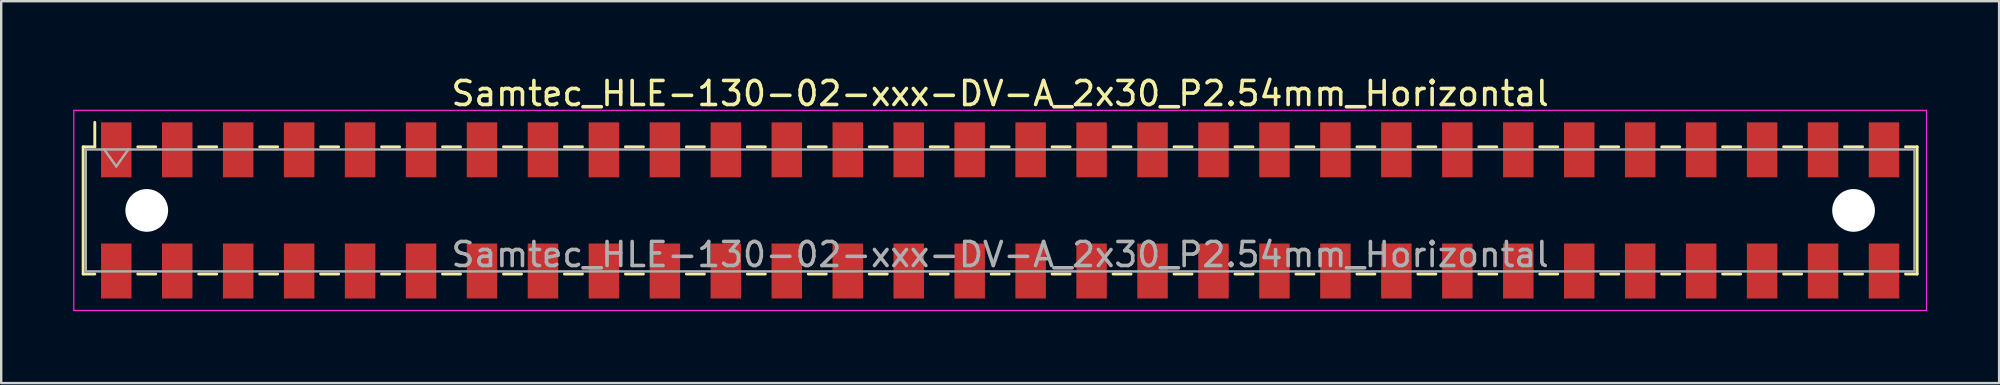
<source format=kicad_pcb>
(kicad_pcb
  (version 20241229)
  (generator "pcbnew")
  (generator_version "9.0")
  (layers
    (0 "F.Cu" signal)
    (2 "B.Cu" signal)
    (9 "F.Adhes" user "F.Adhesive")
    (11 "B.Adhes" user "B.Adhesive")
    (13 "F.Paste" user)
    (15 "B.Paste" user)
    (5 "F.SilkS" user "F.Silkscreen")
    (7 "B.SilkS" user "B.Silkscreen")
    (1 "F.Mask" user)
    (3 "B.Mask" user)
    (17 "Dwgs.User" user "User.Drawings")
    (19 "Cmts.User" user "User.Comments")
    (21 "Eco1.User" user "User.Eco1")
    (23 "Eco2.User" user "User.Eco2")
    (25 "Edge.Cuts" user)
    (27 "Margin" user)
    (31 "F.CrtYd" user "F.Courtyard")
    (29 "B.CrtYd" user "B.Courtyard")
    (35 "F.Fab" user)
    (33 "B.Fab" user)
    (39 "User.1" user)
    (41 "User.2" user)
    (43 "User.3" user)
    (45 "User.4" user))
  (footprint "Samtec_HLE-130-02-xxx-DV-A_2x30_P2.54mm_Horizontal"
    (layer "F.Cu")
    (at 38.625 5.718)
    (property "Reference" "Samtec_HLE-130-02-xxx-DV-A_2x30_P2.54mm_Horizontal" (at 0 -4.87 0) (layer "F.SilkS") (effects (font (size 1 1) (thickness 0.15))))
    (attr smd)
    (fp_line (start -38.21 -2.65) (end -38.21 2.65) (stroke (width 0.12) (type solid)) (layer "F.SilkS"))
    (fp_line (start -38.21 2.65) (end -37.725 2.65) (stroke (width 0.12) (type solid)) (layer "F.SilkS"))
    (fp_line (start -37.725 -3.67) (end -37.725 -2.65) (stroke (width 0.12) (type solid)) (layer "F.SilkS"))
    (fp_line (start -37.725 -2.65) (end -38.21 -2.65) (stroke (width 0.12) (type solid)) (layer "F.SilkS"))
    (fp_line (start -35.935 -2.65) (end -35.185 -2.65) (stroke (width 0.12) (type solid)) (layer "F.SilkS"))
    (fp_line (start -35.935 2.65) (end -35.185 2.65) (stroke (width 0.12) (type solid)) (layer "F.SilkS"))
    (fp_line (start -33.395 -2.65) (end -32.645 -2.65) (stroke (width 0.12) (type solid)) (layer "F.SilkS"))
    (fp_line (start -33.395 2.65) (end -32.645 2.65) (stroke (width 0.12) (type solid)) (layer "F.SilkS"))
    (fp_line (start -30.855 -2.65) (end -30.105 -2.65) (stroke (width 0.12) (type solid)) (layer "F.SilkS"))
    (fp_line (start -30.855 2.65) (end -30.105 2.65) (stroke (width 0.12) (type solid)) (layer "F.SilkS"))
    (fp_line (start -28.315 -2.65) (end -27.565 -2.65) (stroke (width 0.12) (type solid)) (layer "F.SilkS"))
    (fp_line (start -28.315 2.65) (end -27.565 2.65) (stroke (width 0.12) (type solid)) (layer "F.SilkS"))
    (fp_line (start -25.775 -2.65) (end -25.025 -2.65) (stroke (width 0.12) (type solid)) (layer "F.SilkS"))
    (fp_line (start -25.775 2.65) (end -25.025 2.65) (stroke (width 0.12) (type solid)) (layer "F.SilkS"))
    (fp_line (start -23.235 -2.65) (end -22.485 -2.65) (stroke (width 0.12) (type solid)) (layer "F.SilkS"))
    (fp_line (start -23.235 2.65) (end -22.485 2.65) (stroke (width 0.12) (type solid)) (layer "F.SilkS"))
    (fp_line (start -20.695 -2.65) (end -19.945 -2.65) (stroke (width 0.12) (type solid)) (layer "F.SilkS"))
    (fp_line (start -20.695 2.65) (end -19.945 2.65) (stroke (width 0.12) (type solid)) (layer "F.SilkS"))
    (fp_line (start -18.155 -2.65) (end -17.405 -2.65) (stroke (width 0.12) (type solid)) (layer "F.SilkS"))
    (fp_line (start -18.155 2.65) (end -17.405 2.65) (stroke (width 0.12) (type solid)) (layer "F.SilkS"))
    (fp_line (start -15.615 -2.65) (end -14.865 -2.65) (stroke (width 0.12) (type solid)) (layer "F.SilkS"))
    (fp_line (start -15.615 2.65) (end -14.865 2.65) (stroke (width 0.12) (type solid)) (layer "F.SilkS"))
    (fp_line (start -13.075 -2.65) (end -12.325 -2.65) (stroke (width 0.12) (type solid)) (layer "F.SilkS"))
    (fp_line (start -13.075 2.65) (end -12.325 2.65) (stroke (width 0.12) (type solid)) (layer "F.SilkS"))
    (fp_line (start -10.535 -2.65) (end -9.785 -2.65) (stroke (width 0.12) (type solid)) (layer "F.SilkS"))
    (fp_line (start -10.535 2.65) (end -9.785 2.65) (stroke (width 0.12) (type solid)) (layer "F.SilkS"))
    (fp_line (start -7.995 -2.65) (end -7.245 -2.65) (stroke (width 0.12) (type solid)) (layer "F.SilkS"))
    (fp_line (start -7.995 2.65) (end -7.245 2.65) (stroke (width 0.12) (type solid)) (layer "F.SilkS"))
    (fp_line (start -5.455 -2.65) (end -4.705 -2.65) (stroke (width 0.12) (type solid)) (layer "F.SilkS"))
    (fp_line (start -5.455 2.65) (end -4.705 2.65) (stroke (width 0.12) (type solid)) (layer "F.SilkS"))
    (fp_line (start -2.915 -2.65) (end -2.165 -2.65) (stroke (width 0.12) (type solid)) (layer "F.SilkS"))
    (fp_line (start -2.915 2.65) (end -2.165 2.65) (stroke (width 0.12) (type solid)) (layer "F.SilkS"))
    (fp_line (start -0.375 -2.65) (end 0.375 -2.65) (stroke (width 0.12) (type solid)) (layer "F.SilkS"))
    (fp_line (start -0.375 2.65) (end 0.375 2.65) (stroke (width 0.12) (type solid)) (layer "F.SilkS"))
    (fp_line (start 2.165 -2.65) (end 2.915 -2.65) (stroke (width 0.12) (type solid)) (layer "F.SilkS"))
    (fp_line (start 2.165 2.65) (end 2.915 2.65) (stroke (width 0.12) (type solid)) (layer "F.SilkS"))
    (fp_line (start 4.705 -2.65) (end 5.455 -2.65) (stroke (width 0.12) (type solid)) (layer "F.SilkS"))
    (fp_line (start 4.705 2.65) (end 5.455 2.65) (stroke (width 0.12) (type solid)) (layer "F.SilkS"))
    (fp_line (start 7.245 -2.65) (end 7.995 -2.65) (stroke (width 0.12) (type solid)) (layer "F.SilkS"))
    (fp_line (start 7.245 2.65) (end 7.995 2.65) (stroke (width 0.12) (type solid)) (layer "F.SilkS"))
    (fp_line (start 9.785 -2.65) (end 10.535 -2.65) (stroke (width 0.12) (type solid)) (layer "F.SilkS"))
    (fp_line (start 9.785 2.65) (end 10.535 2.65) (stroke (width 0.12) (type solid)) (layer "F.SilkS"))
    (fp_line (start 12.325 -2.65) (end 13.075 -2.65) (stroke (width 0.12) (type solid)) (layer "F.SilkS"))
    (fp_line (start 12.325 2.65) (end 13.075 2.65) (stroke (width 0.12) (type solid)) (layer "F.SilkS"))
    (fp_line (start 14.865 -2.65) (end 15.615 -2.65) (stroke (width 0.12) (type solid)) (layer "F.SilkS"))
    (fp_line (start 14.865 2.65) (end 15.615 2.65) (stroke (width 0.12) (type solid)) (layer "F.SilkS"))
    (fp_line (start 17.405 -2.65) (end 18.155 -2.65) (stroke (width 0.12) (type solid)) (layer "F.SilkS"))
    (fp_line (start 17.405 2.65) (end 18.155 2.65) (stroke (width 0.12) (type solid)) (layer "F.SilkS"))
    (fp_line (start 19.945 -2.65) (end 20.695 -2.65) (stroke (width 0.12) (type solid)) (layer "F.SilkS"))
    (fp_line (start 19.945 2.65) (end 20.695 2.65) (stroke (width 0.12) (type solid)) (layer "F.SilkS"))
    (fp_line (start 22.485 -2.65) (end 23.235 -2.65) (stroke (width 0.12) (type solid)) (layer "F.SilkS"))
    (fp_line (start 22.485 2.65) (end 23.235 2.65) (stroke (width 0.12) (type solid)) (layer "F.SilkS"))
    (fp_line (start 25.025 -2.65) (end 25.775 -2.65) (stroke (width 0.12) (type solid)) (layer "F.SilkS"))
    (fp_line (start 25.025 2.65) (end 25.775 2.65) (stroke (width 0.12) (type solid)) (layer "F.SilkS"))
    (fp_line (start 27.565 -2.65) (end 28.315 -2.65) (stroke (width 0.12) (type solid)) (layer "F.SilkS"))
    (fp_line (start 27.565 2.65) (end 28.315 2.65) (stroke (width 0.12) (type solid)) (layer "F.SilkS"))
    (fp_line (start 30.105 -2.65) (end 30.855 -2.65) (stroke (width 0.12) (type solid)) (layer "F.SilkS"))
    (fp_line (start 30.105 2.65) (end 30.855 2.65) (stroke (width 0.12) (type solid)) (layer "F.SilkS"))
    (fp_line (start 32.645 -2.65) (end 33.395 -2.65) (stroke (width 0.12) (type solid)) (layer "F.SilkS"))
    (fp_line (start 32.645 2.65) (end 33.395 2.65) (stroke (width 0.12) (type solid)) (layer "F.SilkS"))
    (fp_line (start 35.185 -2.65) (end 35.935 -2.65) (stroke (width 0.12) (type solid)) (layer "F.SilkS"))
    (fp_line (start 35.185 2.65) (end 35.935 2.65) (stroke (width 0.12) (type solid)) (layer "F.SilkS"))
    (fp_line (start 37.725 -2.65) (end 38.21 -2.65) (stroke (width 0.12) (type solid)) (layer "F.SilkS"))
    (fp_line (start 38.21 -2.65) (end 38.21 2.65) (stroke (width 0.12) (type solid)) (layer "F.SilkS"))
    (fp_line (start 38.21 2.65) (end 37.725 2.65) (stroke (width 0.12) (type solid)) (layer "F.SilkS"))
    (fp_line (start -38.6 -4.17) (end 38.6 -4.17) (stroke (width 0.05) (type solid)) (layer "F.CrtYd"))
    (fp_line (start -38.6 4.17) (end -38.6 -4.17) (stroke (width 0.05) (type solid)) (layer "F.CrtYd"))
    (fp_line (start 38.6 -4.17) (end 38.6 4.17) (stroke (width 0.05) (type solid)) (layer "F.CrtYd"))
    (fp_line (start 38.6 4.17) (end -38.6 4.17) (stroke (width 0.05) (type solid)) (layer "F.CrtYd"))
    (fp_line (start -38.1 -2.54) (end 38.1 -2.54) (stroke (width 0.1) (type solid)) (layer "F.Fab"))
    (fp_line (start -38.1 2.54) (end -38.1 -2.54) (stroke (width 0.1) (type solid)) (layer "F.Fab"))
    (fp_line (start -37.33 -2.54) (end -36.83 -1.833) (stroke (width 0.1) (type solid)) (layer "F.Fab"))
    (fp_line (start -36.83 -1.833) (end -36.33 -2.54) (stroke (width 0.1) (type solid)) (layer "F.Fab"))
    (fp_line (start 38.1 -2.54) (end 38.1 2.54) (stroke (width 0.1) (type solid)) (layer "F.Fab"))
    (fp_line (start 38.1 2.54) (end -38.1 2.54) (stroke (width 0.1) (type solid)) (layer "F.Fab"))
    (fp_text user "${REFERENCE}" (at 0 1.84 0) (layer "F.Fab") (effects (font (size 1 1) (thickness 0.15))))
    (pad "" np_thru_hole circle (at -35.56 0) (size 1.78 1.78) (drill 1.78) (layers "*.Cu" "*.Mask"))
    (pad "" np_thru_hole circle (at 35.56 0) (size 1.78 1.78) (drill 1.78) (layers "*.Cu" "*.Mask"))
    (pad "1" smd rect (at -36.83 -2.525) (size 1.27 2.29) (layers "F.Cu" "F.Mask" "F.Paste"))
    (pad "2" smd rect (at -36.83 2.525) (size 1.27 2.29) (layers "F.Cu" "F.Mask" "F.Paste"))
    (pad "3" smd rect (at -34.29 -2.525) (size 1.27 2.29) (layers "F.Cu" "F.Mask" "F.Paste"))
    (pad "4" smd rect (at -34.29 2.525) (size 1.27 2.29) (layers "F.Cu" "F.Mask" "F.Paste"))
    (pad "5" smd rect (at -31.75 -2.525) (size 1.27 2.29) (layers "F.Cu" "F.Mask" "F.Paste"))
    (pad "6" smd rect (at -31.75 2.525) (size 1.27 2.29) (layers "F.Cu" "F.Mask" "F.Paste"))
    (pad "7" smd rect (at -29.21 -2.525) (size 1.27 2.29) (layers "F.Cu" "F.Mask" "F.Paste"))
    (pad "8" smd rect (at -29.21 2.525) (size 1.27 2.29) (layers "F.Cu" "F.Mask" "F.Paste"))
    (pad "9" smd rect (at -26.67 -2.525) (size 1.27 2.29) (layers "F.Cu" "F.Mask" "F.Paste"))
    (pad "10" smd rect (at -26.67 2.525) (size 1.27 2.29) (layers "F.Cu" "F.Mask" "F.Paste"))
    (pad "11" smd rect (at -24.13 -2.525) (size 1.27 2.29) (layers "F.Cu" "F.Mask" "F.Paste"))
    (pad "12" smd rect (at -24.13 2.525) (size 1.27 2.29) (layers "F.Cu" "F.Mask" "F.Paste"))
    (pad "13" smd rect (at -21.59 -2.525) (size 1.27 2.29) (layers "F.Cu" "F.Mask" "F.Paste"))
    (pad "14" smd rect (at -21.59 2.525) (size 1.27 2.29) (layers "F.Cu" "F.Mask" "F.Paste"))
    (pad "15" smd rect (at -19.05 -2.525) (size 1.27 2.29) (layers "F.Cu" "F.Mask" "F.Paste"))
    (pad "16" smd rect (at -19.05 2.525) (size 1.27 2.29) (layers "F.Cu" "F.Mask" "F.Paste"))
    (pad "17" smd rect (at -16.51 -2.525) (size 1.27 2.29) (layers "F.Cu" "F.Mask" "F.Paste"))
    (pad "18" smd rect (at -16.51 2.525) (size 1.27 2.29) (layers "F.Cu" "F.Mask" "F.Paste"))
    (pad "19" smd rect (at -13.97 -2.525) (size 1.27 2.29) (layers "F.Cu" "F.Mask" "F.Paste"))
    (pad "20" smd rect (at -13.97 2.525) (size 1.27 2.29) (layers "F.Cu" "F.Mask" "F.Paste"))
    (pad "21" smd rect (at -11.43 -2.525) (size 1.27 2.29) (layers "F.Cu" "F.Mask" "F.Paste"))
    (pad "22" smd rect (at -11.43 2.525) (size 1.27 2.29) (layers "F.Cu" "F.Mask" "F.Paste"))
    (pad "23" smd rect (at -8.89 -2.525) (size 1.27 2.29) (layers "F.Cu" "F.Mask" "F.Paste"))
    (pad "24" smd rect (at -8.89 2.525) (size 1.27 2.29) (layers "F.Cu" "F.Mask" "F.Paste"))
    (pad "25" smd rect (at -6.35 -2.525) (size 1.27 2.29) (layers "F.Cu" "F.Mask" "F.Paste"))
    (pad "26" smd rect (at -6.35 2.525) (size 1.27 2.29) (layers "F.Cu" "F.Mask" "F.Paste"))
    (pad "27" smd rect (at -3.81 -2.525) (size 1.27 2.29) (layers "F.Cu" "F.Mask" "F.Paste"))
    (pad "28" smd rect (at -3.81 2.525) (size 1.27 2.29) (layers "F.Cu" "F.Mask" "F.Paste"))
    (pad "29" smd rect (at -1.27 -2.525) (size 1.27 2.29) (layers "F.Cu" "F.Mask" "F.Paste"))
    (pad "30" smd rect (at -1.27 2.525) (size 1.27 2.29) (layers "F.Cu" "F.Mask" "F.Paste"))
    (pad "31" smd rect (at 1.27 -2.525) (size 1.27 2.29) (layers "F.Cu" "F.Mask" "F.Paste"))
    (pad "32" smd rect (at 1.27 2.525) (size 1.27 2.29) (layers "F.Cu" "F.Mask" "F.Paste"))
    (pad "33" smd rect (at 3.81 -2.525) (size 1.27 2.29) (layers "F.Cu" "F.Mask" "F.Paste"))
    (pad "34" smd rect (at 3.81 2.525) (size 1.27 2.29) (layers "F.Cu" "F.Mask" "F.Paste"))
    (pad "35" smd rect (at 6.35 -2.525) (size 1.27 2.29) (layers "F.Cu" "F.Mask" "F.Paste"))
    (pad "36" smd rect (at 6.35 2.525) (size 1.27 2.29) (layers "F.Cu" "F.Mask" "F.Paste"))
    (pad "37" smd rect (at 8.89 -2.525) (size 1.27 2.29) (layers "F.Cu" "F.Mask" "F.Paste"))
    (pad "38" smd rect (at 8.89 2.525) (size 1.27 2.29) (layers "F.Cu" "F.Mask" "F.Paste"))
    (pad "39" smd rect (at 11.43 -2.525) (size 1.27 2.29) (layers "F.Cu" "F.Mask" "F.Paste"))
    (pad "40" smd rect (at 11.43 2.525) (size 1.27 2.29) (layers "F.Cu" "F.Mask" "F.Paste"))
    (pad "41" smd rect (at 13.97 -2.525) (size 1.27 2.29) (layers "F.Cu" "F.Mask" "F.Paste"))
    (pad "42" smd rect (at 13.97 2.525) (size 1.27 2.29) (layers "F.Cu" "F.Mask" "F.Paste"))
    (pad "43" smd rect (at 16.51 -2.525) (size 1.27 2.29) (layers "F.Cu" "F.Mask" "F.Paste"))
    (pad "44" smd rect (at 16.51 2.525) (size 1.27 2.29) (layers "F.Cu" "F.Mask" "F.Paste"))
    (pad "45" smd rect (at 19.05 -2.525) (size 1.27 2.29) (layers "F.Cu" "F.Mask" "F.Paste"))
    (pad "46" smd rect (at 19.05 2.525) (size 1.27 2.29) (layers "F.Cu" "F.Mask" "F.Paste"))
    (pad "47" smd rect (at 21.59 -2.525) (size 1.27 2.29) (layers "F.Cu" "F.Mask" "F.Paste"))
    (pad "48" smd rect (at 21.59 2.525) (size 1.27 2.29) (layers "F.Cu" "F.Mask" "F.Paste"))
    (pad "49" smd rect (at 24.13 -2.525) (size 1.27 2.29) (layers "F.Cu" "F.Mask" "F.Paste"))
    (pad "50" smd rect (at 24.13 2.525) (size 1.27 2.29) (layers "F.Cu" "F.Mask" "F.Paste"))
    (pad "51" smd rect (at 26.67 -2.525) (size 1.27 2.29) (layers "F.Cu" "F.Mask" "F.Paste"))
    (pad "52" smd rect (at 26.67 2.525) (size 1.27 2.29) (layers "F.Cu" "F.Mask" "F.Paste"))
    (pad "53" smd rect (at 29.21 -2.525) (size 1.27 2.29) (layers "F.Cu" "F.Mask" "F.Paste"))
    (pad "54" smd rect (at 29.21 2.525) (size 1.27 2.29) (layers "F.Cu" "F.Mask" "F.Paste"))
    (pad "55" smd rect (at 31.75 -2.525) (size 1.27 2.29) (layers "F.Cu" "F.Mask" "F.Paste"))
    (pad "56" smd rect (at 31.75 2.525) (size 1.27 2.29) (layers "F.Cu" "F.Mask" "F.Paste"))
    (pad "57" smd rect (at 34.29 -2.525) (size 1.27 2.29) (layers "F.Cu" "F.Mask" "F.Paste"))
    (pad "58" smd rect (at 34.29 2.525) (size 1.27 2.29) (layers "F.Cu" "F.Mask" "F.Paste"))
    (pad "59" smd rect (at 36.83 -2.525) (size 1.27 2.29) (layers "F.Cu" "F.Mask" "F.Paste"))
    (pad "60" smd rect (at 36.83 2.525) (size 1.27 2.29) (layers "F.Cu" "F.Mask" "F.Paste")))
  (gr_rect
    (start -3 -3)
    (end 80.25 12.913)
    (stroke (width 0.1) (type default))
    (fill no)
    (layer "Edge.Cuts")))
</source>
